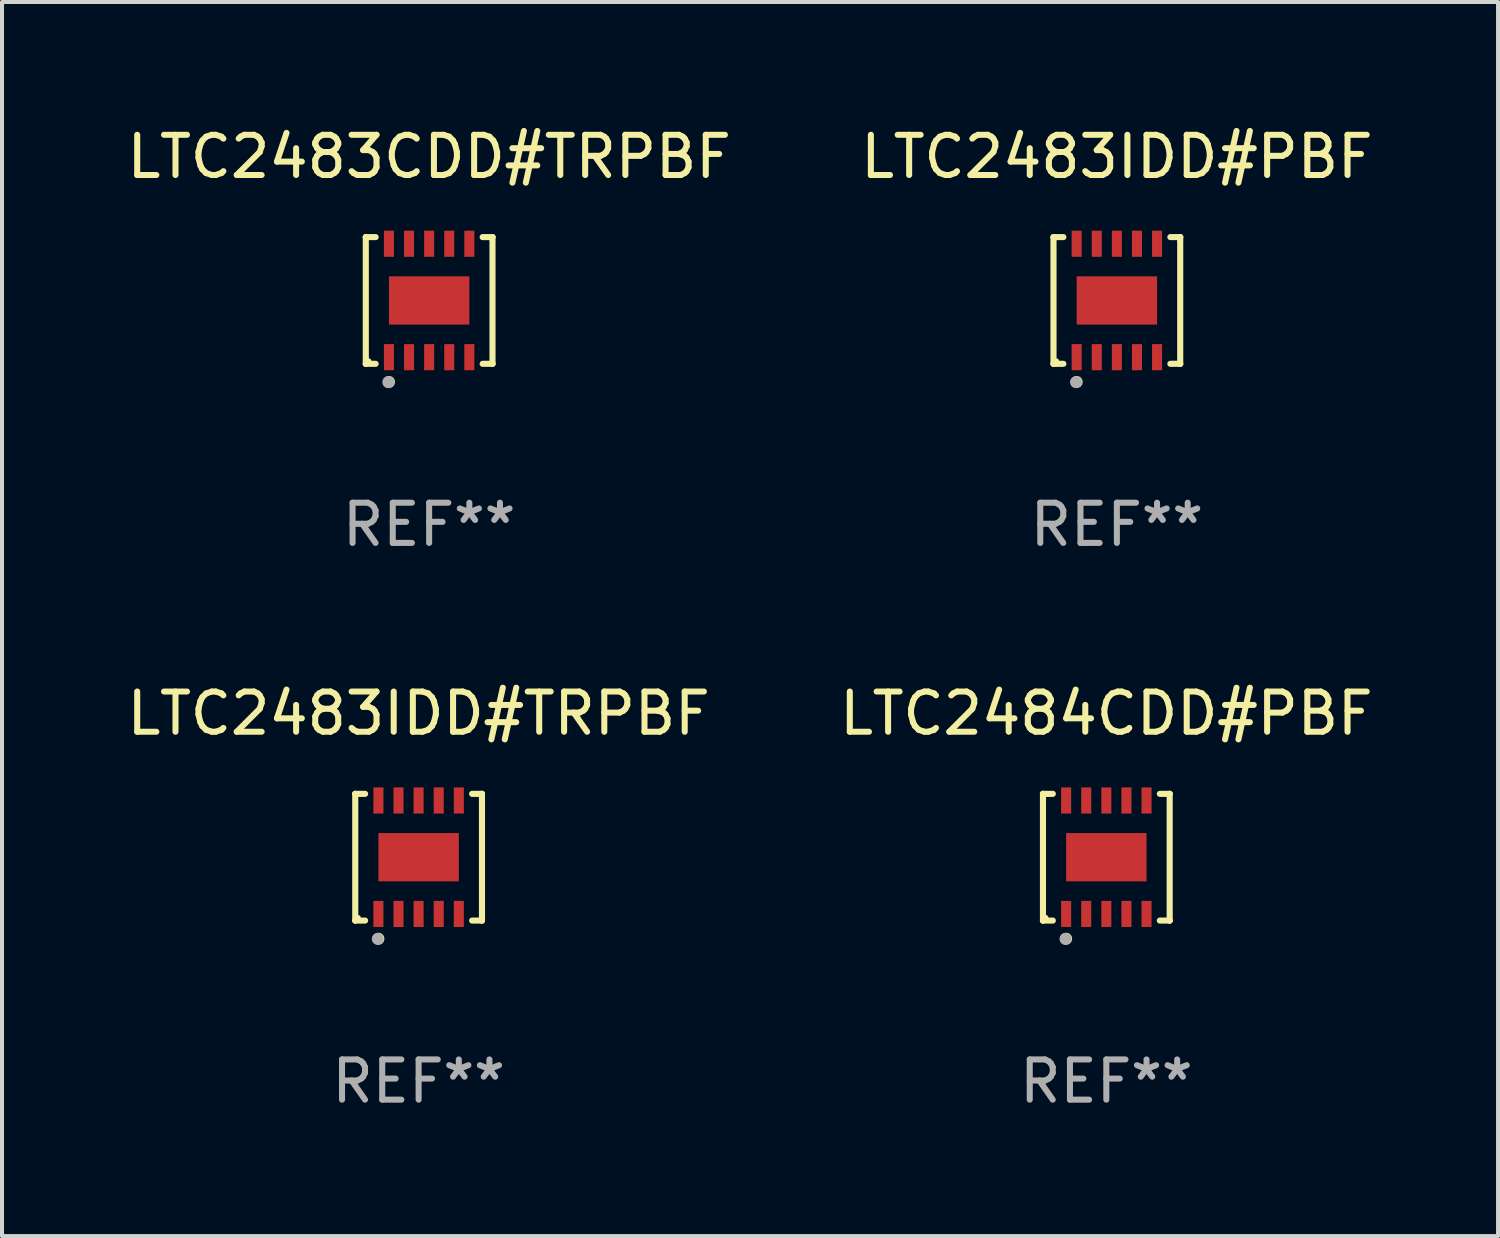
<source format=kicad_pcb>
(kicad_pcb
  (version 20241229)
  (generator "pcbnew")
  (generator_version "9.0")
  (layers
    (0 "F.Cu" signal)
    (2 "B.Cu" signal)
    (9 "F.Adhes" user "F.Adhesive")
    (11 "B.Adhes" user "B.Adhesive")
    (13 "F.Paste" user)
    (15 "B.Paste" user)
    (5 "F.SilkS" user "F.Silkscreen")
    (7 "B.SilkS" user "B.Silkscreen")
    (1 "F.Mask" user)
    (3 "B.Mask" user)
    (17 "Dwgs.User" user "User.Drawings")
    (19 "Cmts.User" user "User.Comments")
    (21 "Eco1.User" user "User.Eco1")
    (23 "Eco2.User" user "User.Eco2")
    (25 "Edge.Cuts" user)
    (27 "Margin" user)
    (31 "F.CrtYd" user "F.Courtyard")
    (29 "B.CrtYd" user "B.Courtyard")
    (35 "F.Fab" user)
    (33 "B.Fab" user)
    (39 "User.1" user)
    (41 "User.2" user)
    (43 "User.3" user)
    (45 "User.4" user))
  (footprint "LTC2484CDD#PBF"
    (layer "F.Cu")
    (at 24.47 18.273)
    (property "Reference" "LTC2484CDD#PBF" (at 0 -3.576 0) (layer "F.SilkS") (effects (font (size 1 1) (thickness 0.15))))
    (attr through_hole)
    (fp_line (start -1.576 -1.576) (end -1.576 -1.576) (stroke (width 0.152) (type solid)) (layer "F.SilkS"))
    (fp_line (start -1.576 -1.576) (end -1.331 -1.576) (stroke (width 0.152) (type solid)) (layer "F.SilkS"))
    (fp_line (start -1.576 1.576) (end -1.576 -1.576) (stroke (width 0.152) (type solid)) (layer "F.SilkS"))
    (fp_line (start -1.576 1.576) (end -1.576 1.576) (stroke (width 0.152) (type solid)) (layer "F.SilkS"))
    (fp_line (start -1.331 1.576) (end -1.576 1.576) (stroke (width 0.152) (type solid)) (layer "F.SilkS"))
    (fp_line (start 1.331 1.576) (end 1.576 1.576) (stroke (width 0.152) (type solid)) (layer "F.SilkS"))
    (fp_line (start 1.576 -1.576) (end 1.331 -1.576) (stroke (width 0.152) (type solid)) (layer "F.SilkS"))
    (fp_line (start 1.576 -1.576) (end 1.576 -1.576) (stroke (width 0.152) (type solid)) (layer "F.SilkS"))
    (fp_line (start 1.576 1.576) (end 1.576 -1.576) (stroke (width 0.152) (type solid)) (layer "F.SilkS"))
    (fp_line (start 1.576 1.576) (end 1.576 1.576) (stroke (width 0.152) (type solid)) (layer "F.SilkS"))
    (fp_circle (center -1.5 1.5) (end -1.47 1.5) (stroke (width 0.06) (type solid)) (fill no) (layer "F.SilkS"))
    (fp_circle (center -1 2.028) (end -0.925 2.028) (stroke (width 0.15) (type solid)) (fill no) (layer "F.SilkS"))
    (fp_circle (center -1.016 2.032) (end -0.941 2.032) (stroke (width 0.15) (type solid)) (fill no) (layer "F.Fab"))
    (fp_text user "REF**" (at 0 5.576 0) (layer "F.Fab") (effects (font (size 1 1) (thickness 0.15))))
    (pad "1" smd rect (at -1 1.411) (size 0.25 0.65) (layers "F.Cu" "F.Mask" "F.Paste"))
    (pad "2" smd rect (at -0.5 1.411) (size 0.25 0.65) (layers "F.Cu" "F.Mask" "F.Paste"))
    (pad "3" smd rect (at 0 1.411) (size 0.25 0.65) (layers "F.Cu" "F.Mask" "F.Paste"))
    (pad "4" smd rect (at 0.5 1.411) (size 0.25 0.65) (layers "F.Cu" "F.Mask" "F.Paste"))
    (pad "5" smd rect (at 1 1.411) (size 0.25 0.65) (layers "F.Cu" "F.Mask" "F.Paste"))
    (pad "6" smd rect (at 1 -1.411) (size 0.25 0.65) (layers "F.Cu" "F.Mask" "F.Paste"))
    (pad "7" smd rect (at 0.5 -1.411) (size 0.25 0.65) (layers "F.Cu" "F.Mask" "F.Paste"))
    (pad "8" smd rect (at 0 -1.411) (size 0.25 0.65) (layers "F.Cu" "F.Mask" "F.Paste"))
    (pad "9" smd rect (at -0.5 -1.411) (size 0.25 0.65) (layers "F.Cu" "F.Mask" "F.Paste"))
    (pad "10" smd rect (at -1 -1.411) (size 0.25 0.65) (layers "F.Cu" "F.Mask" "F.Paste"))
    (pad "11" smd rect (at 0 0) (size 2 1.2) (layers "F.Cu" "F.Mask" "F.Paste")))
  (footprint "LTC2483IDD#TRPBF"
    (layer "F.Cu")
    (at 7.363 18.273)
    (property "Reference" "LTC2483IDD#TRPBF" (at 0 -3.576 0) (layer "F.SilkS") (effects (font (size 1 1) (thickness 0.15))))
    (attr through_hole)
    (fp_line (start -1.576 -1.576) (end -1.576 -1.576) (stroke (width 0.152) (type solid)) (layer "F.SilkS"))
    (fp_line (start -1.576 -1.576) (end -1.331 -1.576) (stroke (width 0.152) (type solid)) (layer "F.SilkS"))
    (fp_line (start -1.576 1.576) (end -1.576 -1.576) (stroke (width 0.152) (type solid)) (layer "F.SilkS"))
    (fp_line (start -1.576 1.576) (end -1.576 1.576) (stroke (width 0.152) (type solid)) (layer "F.SilkS"))
    (fp_line (start -1.331 1.576) (end -1.576 1.576) (stroke (width 0.152) (type solid)) (layer "F.SilkS"))
    (fp_line (start 1.331 1.576) (end 1.576 1.576) (stroke (width 0.152) (type solid)) (layer "F.SilkS"))
    (fp_line (start 1.576 -1.576) (end 1.331 -1.576) (stroke (width 0.152) (type solid)) (layer "F.SilkS"))
    (fp_line (start 1.576 -1.576) (end 1.576 -1.576) (stroke (width 0.152) (type solid)) (layer "F.SilkS"))
    (fp_line (start 1.576 1.576) (end 1.576 -1.576) (stroke (width 0.152) (type solid)) (layer "F.SilkS"))
    (fp_line (start 1.576 1.576) (end 1.576 1.576) (stroke (width 0.152) (type solid)) (layer "F.SilkS"))
    (fp_circle (center -1.5 1.5) (end -1.47 1.5) (stroke (width 0.06) (type solid)) (fill no) (layer "F.SilkS"))
    (fp_circle (center -1 2.028) (end -0.925 2.028) (stroke (width 0.15) (type solid)) (fill no) (layer "F.SilkS"))
    (fp_circle (center -1.016 2.032) (end -0.941 2.032) (stroke (width 0.15) (type solid)) (fill no) (layer "F.Fab"))
    (fp_text user "REF**" (at 0 5.576 0) (layer "F.Fab") (effects (font (size 1 1) (thickness 0.15))))
    (pad "1" smd rect (at -1 1.411) (size 0.25 0.65) (layers "F.Cu" "F.Mask" "F.Paste"))
    (pad "2" smd rect (at -0.5 1.411) (size 0.25 0.65) (layers "F.Cu" "F.Mask" "F.Paste"))
    (pad "3" smd rect (at 0 1.411) (size 0.25 0.65) (layers "F.Cu" "F.Mask" "F.Paste"))
    (pad "4" smd rect (at 0.5 1.411) (size 0.25 0.65) (layers "F.Cu" "F.Mask" "F.Paste"))
    (pad "5" smd rect (at 1 1.411) (size 0.25 0.65) (layers "F.Cu" "F.Mask" "F.Paste"))
    (pad "6" smd rect (at 1 -1.411) (size 0.25 0.65) (layers "F.Cu" "F.Mask" "F.Paste"))
    (pad "7" smd rect (at 0.5 -1.411) (size 0.25 0.65) (layers "F.Cu" "F.Mask" "F.Paste"))
    (pad "8" smd rect (at 0 -1.411) (size 0.25 0.65) (layers "F.Cu" "F.Mask" "F.Paste"))
    (pad "9" smd rect (at -0.5 -1.411) (size 0.25 0.65) (layers "F.Cu" "F.Mask" "F.Paste"))
    (pad "10" smd rect (at -1 -1.411) (size 0.25 0.65) (layers "F.Cu" "F.Mask" "F.Paste"))
    (pad "11" smd rect (at 0 0) (size 2 1.2) (layers "F.Cu" "F.Mask" "F.Paste")))
  (footprint "LTC2483CDD#TRPBF"
    (layer "F.Cu")
    (at 7.625 4.424)
    (property "Reference" "LTC2483CDD#TRPBF" (at 0 -3.576 0) (layer "F.SilkS") (effects (font (size 1 1) (thickness 0.15))))
    (attr through_hole)
    (fp_line (start -1.576 -1.576) (end -1.576 -1.576) (stroke (width 0.152) (type solid)) (layer "F.SilkS"))
    (fp_line (start -1.576 -1.576) (end -1.331 -1.576) (stroke (width 0.152) (type solid)) (layer "F.SilkS"))
    (fp_line (start -1.576 1.576) (end -1.576 -1.576) (stroke (width 0.152) (type solid)) (layer "F.SilkS"))
    (fp_line (start -1.576 1.576) (end -1.576 1.576) (stroke (width 0.152) (type solid)) (layer "F.SilkS"))
    (fp_line (start -1.331 1.576) (end -1.576 1.576) (stroke (width 0.152) (type solid)) (layer "F.SilkS"))
    (fp_line (start 1.331 1.576) (end 1.576 1.576) (stroke (width 0.152) (type solid)) (layer "F.SilkS"))
    (fp_line (start 1.576 -1.576) (end 1.331 -1.576) (stroke (width 0.152) (type solid)) (layer "F.SilkS"))
    (fp_line (start 1.576 -1.576) (end 1.576 -1.576) (stroke (width 0.152) (type solid)) (layer "F.SilkS"))
    (fp_line (start 1.576 1.576) (end 1.576 -1.576) (stroke (width 0.152) (type solid)) (layer "F.SilkS"))
    (fp_line (start 1.576 1.576) (end 1.576 1.576) (stroke (width 0.152) (type solid)) (layer "F.SilkS"))
    (fp_circle (center -1.5 1.5) (end -1.47 1.5) (stroke (width 0.06) (type solid)) (fill no) (layer "F.SilkS"))
    (fp_circle (center -1 2.028) (end -0.925 2.028) (stroke (width 0.15) (type solid)) (fill no) (layer "F.SilkS"))
    (fp_circle (center -1.016 2.032) (end -0.941 2.032) (stroke (width 0.15) (type solid)) (fill no) (layer "F.Fab"))
    (fp_text user "REF**" (at 0 5.576 0) (layer "F.Fab") (effects (font (size 1 1) (thickness 0.15))))
    (pad "1" smd rect (at -1 1.411) (size 0.25 0.65) (layers "F.Cu" "F.Mask" "F.Paste"))
    (pad "2" smd rect (at -0.5 1.411) (size 0.25 0.65) (layers "F.Cu" "F.Mask" "F.Paste"))
    (pad "3" smd rect (at 0 1.411) (size 0.25 0.65) (layers "F.Cu" "F.Mask" "F.Paste"))
    (pad "4" smd rect (at 0.5 1.411) (size 0.25 0.65) (layers "F.Cu" "F.Mask" "F.Paste"))
    (pad "5" smd rect (at 1 1.411) (size 0.25 0.65) (layers "F.Cu" "F.Mask" "F.Paste"))
    (pad "6" smd rect (at 1 -1.411) (size 0.25 0.65) (layers "F.Cu" "F.Mask" "F.Paste"))
    (pad "7" smd rect (at 0.5 -1.411) (size 0.25 0.65) (layers "F.Cu" "F.Mask" "F.Paste"))
    (pad "8" smd rect (at 0 -1.411) (size 0.25 0.65) (layers "F.Cu" "F.Mask" "F.Paste"))
    (pad "9" smd rect (at -0.5 -1.411) (size 0.25 0.65) (layers "F.Cu" "F.Mask" "F.Paste"))
    (pad "10" smd rect (at -1 -1.411) (size 0.25 0.65) (layers "F.Cu" "F.Mask" "F.Paste"))
    (pad "11" smd rect (at 0 0) (size 2 1.2) (layers "F.Cu" "F.Mask" "F.Paste")))
  (footprint "LTC2483IDD#PBF"
    (layer "F.Cu")
    (at 24.732 4.424)
    (property "Reference" "LTC2483IDD#PBF" (at 0 -3.576 0) (layer "F.SilkS") (effects (font (size 1 1) (thickness 0.15))))
    (attr through_hole)
    (fp_line (start -1.576 -1.576) (end -1.576 -1.576) (stroke (width 0.152) (type solid)) (layer "F.SilkS"))
    (fp_line (start -1.576 -1.576) (end -1.331 -1.576) (stroke (width 0.152) (type solid)) (layer "F.SilkS"))
    (fp_line (start -1.576 1.576) (end -1.576 -1.576) (stroke (width 0.152) (type solid)) (layer "F.SilkS"))
    (fp_line (start -1.576 1.576) (end -1.576 1.576) (stroke (width 0.152) (type solid)) (layer "F.SilkS"))
    (fp_line (start -1.331 1.576) (end -1.576 1.576) (stroke (width 0.152) (type solid)) (layer "F.SilkS"))
    (fp_line (start 1.331 1.576) (end 1.576 1.576) (stroke (width 0.152) (type solid)) (layer "F.SilkS"))
    (fp_line (start 1.576 -1.576) (end 1.331 -1.576) (stroke (width 0.152) (type solid)) (layer "F.SilkS"))
    (fp_line (start 1.576 -1.576) (end 1.576 -1.576) (stroke (width 0.152) (type solid)) (layer "F.SilkS"))
    (fp_line (start 1.576 1.576) (end 1.576 -1.576) (stroke (width 0.152) (type solid)) (layer "F.SilkS"))
    (fp_line (start 1.576 1.576) (end 1.576 1.576) (stroke (width 0.152) (type solid)) (layer "F.SilkS"))
    (fp_circle (center -1.5 1.5) (end -1.47 1.5) (stroke (width 0.06) (type solid)) (fill no) (layer "F.SilkS"))
    (fp_circle (center -1 2.028) (end -0.925 2.028) (stroke (width 0.15) (type solid)) (fill no) (layer "F.SilkS"))
    (fp_circle (center -1.016 2.032) (end -0.941 2.032) (stroke (width 0.15) (type solid)) (fill no) (layer "F.Fab"))
    (fp_text user "REF**" (at 0 5.576 0) (layer "F.Fab") (effects (font (size 1 1) (thickness 0.15))))
    (pad "1" smd rect (at -1 1.411) (size 0.25 0.65) (layers "F.Cu" "F.Mask" "F.Paste"))
    (pad "2" smd rect (at -0.5 1.411) (size 0.25 0.65) (layers "F.Cu" "F.Mask" "F.Paste"))
    (pad "3" smd rect (at 0 1.411) (size 0.25 0.65) (layers "F.Cu" "F.Mask" "F.Paste"))
    (pad "4" smd rect (at 0.5 1.411) (size 0.25 0.65) (layers "F.Cu" "F.Mask" "F.Paste"))
    (pad "5" smd rect (at 1 1.411) (size 0.25 0.65) (layers "F.Cu" "F.Mask" "F.Paste"))
    (pad "6" smd rect (at 1 -1.411) (size 0.25 0.65) (layers "F.Cu" "F.Mask" "F.Paste"))
    (pad "7" smd rect (at 0.5 -1.411) (size 0.25 0.65) (layers "F.Cu" "F.Mask" "F.Paste"))
    (pad "8" smd rect (at 0 -1.411) (size 0.25 0.65) (layers "F.Cu" "F.Mask" "F.Paste"))
    (pad "9" smd rect (at -0.5 -1.411) (size 0.25 0.65) (layers "F.Cu" "F.Mask" "F.Paste"))
    (pad "10" smd rect (at -1 -1.411) (size 0.25 0.65) (layers "F.Cu" "F.Mask" "F.Paste"))
    (pad "11" smd rect (at 0 0) (size 2 1.2) (layers "F.Cu" "F.Mask" "F.Paste")))
  (gr_rect
    (start -3 -3)
    (end 34.214 27.698)
    (stroke (width 0.1) (type default))
    (fill no)
    (layer "Edge.Cuts")))
</source>
